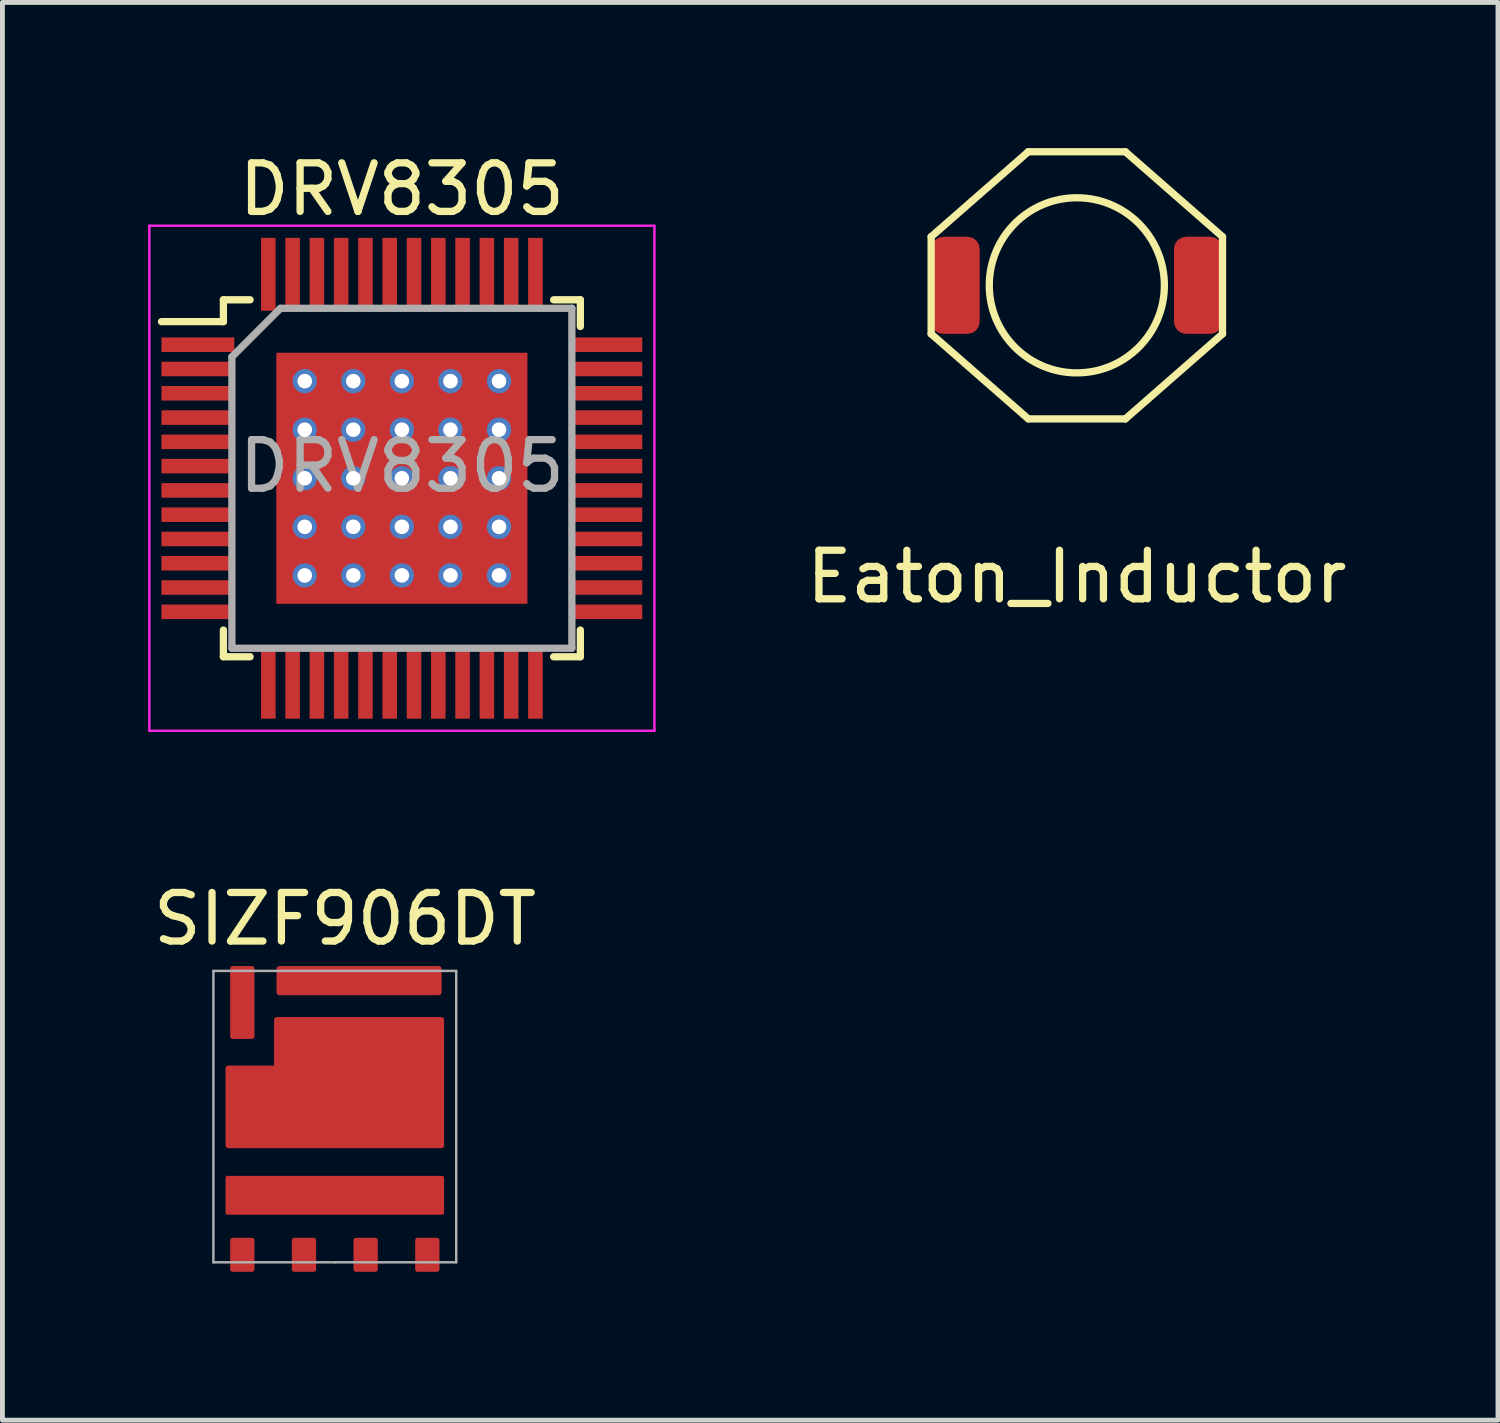
<source format=kicad_pcb>
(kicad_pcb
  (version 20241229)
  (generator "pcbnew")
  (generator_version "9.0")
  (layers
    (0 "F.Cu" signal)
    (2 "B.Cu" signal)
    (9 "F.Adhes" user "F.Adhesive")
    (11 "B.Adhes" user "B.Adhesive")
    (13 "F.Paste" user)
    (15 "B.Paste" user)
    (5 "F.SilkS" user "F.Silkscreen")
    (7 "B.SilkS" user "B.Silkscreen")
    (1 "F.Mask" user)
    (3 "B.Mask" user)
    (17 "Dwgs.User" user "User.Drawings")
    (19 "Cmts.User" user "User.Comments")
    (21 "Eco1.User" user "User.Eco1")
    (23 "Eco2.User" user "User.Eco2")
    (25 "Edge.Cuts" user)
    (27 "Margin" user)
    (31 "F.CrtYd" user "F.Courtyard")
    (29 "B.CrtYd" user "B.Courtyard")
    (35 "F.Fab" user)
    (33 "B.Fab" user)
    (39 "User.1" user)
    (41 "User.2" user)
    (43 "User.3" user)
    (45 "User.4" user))
  (footprint "Eaton_Inductor"
    (layer "F.Cu")
    (at 19.123 2.825)
    (property "Reference" "Eaton_Inductor" (at 0 6 0) (layer "F.SilkS") (effects (font (size 1 1) (thickness 0.15))))
    (attr through_hole)
    (fp_line (start -3 -1) (end -1 -2.75) (stroke (width 0.15) (type solid)) (layer "F.SilkS"))
    (fp_line (start -3 1) (end -3 -1) (stroke (width 0.15) (type solid)) (layer "F.SilkS"))
    (fp_line (start -1 -2.75) (end 1 -2.75) (stroke (width 0.15) (type solid)) (layer "F.SilkS"))
    (fp_line (start -1 2.75) (end -3 1) (stroke (width 0.15) (type solid)) (layer "F.SilkS"))
    (fp_line (start 1 -2.75) (end 3 -1) (stroke (width 0.15) (type solid)) (layer "F.SilkS"))
    (fp_line (start 1 2.75) (end -1 2.75) (stroke (width 0.15) (type solid)) (layer "F.SilkS"))
    (fp_line (start 3 1) (end 1 2.75) (stroke (width 0.15) (type solid)) (layer "F.SilkS"))
    (fp_line (start 3 1) (end 3 -1) (stroke (width 0.15) (type solid)) (layer "F.SilkS"))
    (fp_circle (center 0 0) (end 1 -1.5) (stroke (width 0.15) (type solid)) (fill no) (layer "F.SilkS"))
    (pad "1" smd roundrect (at -2.5 0) (size 1 2) (layers "F.Cu" "F.Mask" "F.Paste") (roundrect_rratio 0.25))
    (pad "2" smd roundrect (at 2.5 0) (size 1 2) (layers "F.Cu" "F.Mask" "F.Paste") (roundrect_rratio 0.25)))
  (footprint "DRV8305"
    (layer "F.Cu")
    (at 5.225 6.798)
    (property "Reference" "DRV8305" (at 0 -5.95 0) (layer "F.SilkS") (effects (font (size 1 1) (thickness 0.15))))
    (attr smd)
    (fp_line (start -3.675 -3.675) (end -3.675 -3.225) (stroke (width 0.15) (type solid)) (layer "F.SilkS"))
    (fp_line (start -3.675 -3.675) (end -3.125 -3.675) (stroke (width 0.15) (type solid)) (layer "F.SilkS"))
    (fp_line (start -3.675 -3.225) (end -4.95 -3.225) (stroke (width 0.15) (type solid)) (layer "F.SilkS"))
    (fp_line (start -3.675 3.675) (end -3.675 3.125) (stroke (width 0.15) (type solid)) (layer "F.SilkS"))
    (fp_line (start -3.675 3.675) (end -3.125 3.675) (stroke (width 0.15) (type solid)) (layer "F.SilkS"))
    (fp_line (start 3.675 -3.675) (end 3.125 -3.675) (stroke (width 0.15) (type solid)) (layer "F.SilkS"))
    (fp_line (start 3.675 -3.675) (end 3.675 -3.125) (stroke (width 0.15) (type solid)) (layer "F.SilkS"))
    (fp_line (start 3.675 3.675) (end 3.125 3.675) (stroke (width 0.15) (type solid)) (layer "F.SilkS"))
    (fp_line (start 3.675 3.675) (end 3.675 3.125) (stroke (width 0.15) (type solid)) (layer "F.SilkS"))
    (fp_line (start -5.2 -5.2) (end -5.2 5.2) (stroke (width 0.05) (type solid)) (layer "F.CrtYd"))
    (fp_line (start -5.2 -5.2) (end 5.2 -5.2) (stroke (width 0.05) (type solid)) (layer "F.CrtYd"))
    (fp_line (start -5.2 5.2) (end 5.2 5.2) (stroke (width 0.05) (type solid)) (layer "F.CrtYd"))
    (fp_line (start 5.2 -5.2) (end 5.2 5.2) (stroke (width 0.05) (type solid)) (layer "F.CrtYd"))
    (fp_line (start -3.5 -2.5) (end -2.5 -3.5) (stroke (width 0.15) (type solid)) (layer "F.Fab"))
    (fp_line (start -3.5 3.5) (end -3.5 -2.5) (stroke (width 0.15) (type solid)) (layer "F.Fab"))
    (fp_line (start -2.5 -3.5) (end 3.5 -3.5) (stroke (width 0.15) (type solid)) (layer "F.Fab"))
    (fp_line (start 3.5 -3.5) (end 3.5 3.5) (stroke (width 0.15) (type solid)) (layer "F.Fab"))
    (fp_line (start 3.5 3.5) (end -3.5 3.5) (stroke (width 0.15) (type solid)) (layer "F.Fab"))
    (fp_text user "${REFERENCE}" (at 0 -0.25 0) (layer "F.Fab") (effects (font (size 1 1) (thickness 0.15))))
    (pad "1" smd rect (at -4.2 -2.75) (size 1.5 0.3) (layers "F.Cu" "F.Mask" "F.Paste"))
    (pad "2" smd rect (at -4.2 -2.25) (size 1.5 0.3) (layers "F.Cu" "F.Mask" "F.Paste"))
    (pad "3" smd rect (at -4.2 -1.75) (size 1.5 0.3) (layers "F.Cu" "F.Mask" "F.Paste"))
    (pad "4" smd rect (at -4.2 -1.25) (size 1.5 0.3) (layers "F.Cu" "F.Mask" "F.Paste"))
    (pad "5" smd rect (at -4.2 -0.75) (size 1.5 0.3) (layers "F.Cu" "F.Mask" "F.Paste"))
    (pad "6" smd rect (at -4.2 -0.25) (size 1.5 0.3) (layers "F.Cu" "F.Mask" "F.Paste"))
    (pad "7" smd rect (at -4.2 0.25) (size 1.5 0.3) (layers "F.Cu" "F.Mask" "F.Paste"))
    (pad "8" smd rect (at -4.2 0.75) (size 1.5 0.3) (layers "F.Cu" "F.Mask" "F.Paste"))
    (pad "9" smd rect (at -4.2 1.25) (size 1.5 0.3) (layers "F.Cu" "F.Mask" "F.Paste"))
    (pad "10" smd rect (at -4.2 1.75) (size 1.5 0.3) (layers "F.Cu" "F.Mask" "F.Paste"))
    (pad "11" smd rect (at -4.2 2.25) (size 1.5 0.3) (layers "F.Cu" "F.Mask" "F.Paste"))
    (pad "12" smd rect (at -4.2 2.75) (size 1.5 0.3) (layers "F.Cu" "F.Mask" "F.Paste"))
    (pad "13" smd rect (at -2.75 4.2 90) (size 1.5 0.3) (layers "F.Cu" "F.Mask" "F.Paste"))
    (pad "14" smd rect (at -2.25 4.2 90) (size 1.5 0.3) (layers "F.Cu" "F.Mask" "F.Paste"))
    (pad "15" smd rect (at -1.75 4.2 90) (size 1.5 0.3) (layers "F.Cu" "F.Mask" "F.Paste"))
    (pad "16" smd rect (at -1.25 4.2 90) (size 1.5 0.3) (layers "F.Cu" "F.Mask" "F.Paste"))
    (pad "17" smd rect (at -0.75 4.2 90) (size 1.5 0.3) (layers "F.Cu" "F.Mask" "F.Paste"))
    (pad "18" smd rect (at -0.25 4.2 90) (size 1.5 0.3) (layers "F.Cu" "F.Mask" "F.Paste"))
    (pad "19" smd rect (at 0.25 4.2 90) (size 1.5 0.3) (layers "F.Cu" "F.Mask" "F.Paste"))
    (pad "20" smd rect (at 0.75 4.2 90) (size 1.5 0.3) (layers "F.Cu" "F.Mask" "F.Paste"))
    (pad "21" smd rect (at 1.25 4.2 90) (size 1.5 0.3) (layers "F.Cu" "F.Mask" "F.Paste"))
    (pad "22" smd rect (at 1.75 4.2 90) (size 1.5 0.3) (layers "F.Cu" "F.Mask" "F.Paste"))
    (pad "23" smd rect (at 2.25 4.2 90) (size 1.5 0.3) (layers "F.Cu" "F.Mask" "F.Paste"))
    (pad "24" smd rect (at 2.75 4.2 90) (size 1.5 0.3) (layers "F.Cu" "F.Mask" "F.Paste"))
    (pad "25" smd rect (at 4.2 2.75) (size 1.5 0.3) (layers "F.Cu" "F.Mask" "F.Paste"))
    (pad "26" smd rect (at 4.2 2.25) (size 1.5 0.3) (layers "F.Cu" "F.Mask" "F.Paste"))
    (pad "27" smd rect (at 4.2 1.75) (size 1.5 0.3) (layers "F.Cu" "F.Mask" "F.Paste"))
    (pad "28" smd rect (at 4.2 1.25) (size 1.5 0.3) (layers "F.Cu" "F.Mask" "F.Paste"))
    (pad "29" smd rect (at 4.2 0.75) (size 1.5 0.3) (layers "F.Cu" "F.Mask" "F.Paste"))
    (pad "30" smd rect (at 4.2 0.25) (size 1.5 0.3) (layers "F.Cu" "F.Mask" "F.Paste"))
    (pad "31" smd rect (at 4.2 -0.25) (size 1.5 0.3) (layers "F.Cu" "F.Mask" "F.Paste"))
    (pad "32" smd rect (at 4.2 -0.75) (size 1.5 0.3) (layers "F.Cu" "F.Mask" "F.Paste"))
    (pad "33" smd rect (at 4.2 -1.25) (size 1.5 0.3) (layers "F.Cu" "F.Mask" "F.Paste"))
    (pad "34" smd rect (at 4.2 -1.75) (size 1.5 0.3) (layers "F.Cu" "F.Mask" "F.Paste"))
    (pad "35" smd rect (at 4.2 -2.25) (size 1.5 0.3) (layers "F.Cu" "F.Mask" "F.Paste"))
    (pad "36" smd rect (at 4.2 -2.75) (size 1.5 0.3) (layers "F.Cu" "F.Mask" "F.Paste"))
    (pad "37" smd rect (at 2.75 -4.2 90) (size 1.5 0.3) (layers "F.Cu" "F.Mask" "F.Paste"))
    (pad "38" smd rect (at 2.25 -4.2 90) (size 1.5 0.3) (layers "F.Cu" "F.Mask" "F.Paste"))
    (pad "39" smd rect (at 1.75 -4.2 90) (size 1.5 0.3) (layers "F.Cu" "F.Mask" "F.Paste"))
    (pad "40" smd rect (at 1.25 -4.2 90) (size 1.5 0.3) (layers "F.Cu" "F.Mask" "F.Paste"))
    (pad "41" smd rect (at 0.75 -4.2 90) (size 1.5 0.3) (layers "F.Cu" "F.Mask" "F.Paste"))
    (pad "42" smd rect (at 0.25 -4.2 90) (size 1.5 0.3) (layers "F.Cu" "F.Mask" "F.Paste"))
    (pad "43" smd rect (at -0.25 -4.2 90) (size 1.5 0.3) (layers "F.Cu" "F.Mask" "F.Paste"))
    (pad "44" smd rect (at -0.75 -4.2 90) (size 1.5 0.3) (layers "F.Cu" "F.Mask" "F.Paste"))
    (pad "45" smd rect (at -1.25 -4.2 90) (size 1.5 0.3) (layers "F.Cu" "F.Mask" "F.Paste"))
    (pad "46" smd rect (at -1.75 -4.2 90) (size 1.5 0.3) (layers "F.Cu" "F.Mask" "F.Paste"))
    (pad "47" smd rect (at -2.25 -4.2 90) (size 1.5 0.3) (layers "F.Cu" "F.Mask" "F.Paste"))
    (pad "48" smd rect (at -2.75 -4.2 90) (size 1.5 0.3) (layers "F.Cu" "F.Mask" "F.Paste"))
    (pad "49" thru_hole circle (at -2 -2) (size 0.5 0.5) (drill 0.3) (layers "*.Cu" "*.Mask"))
    (pad "49" thru_hole circle (at -2 -1) (size 0.5 0.5) (drill 0.3) (layers "*.Cu" "*.Mask"))
    (pad "49" thru_hole circle (at -2 0) (size 0.5 0.5) (drill 0.3) (layers "*.Cu" "*.Mask"))
    (pad "49" thru_hole circle (at -2 1) (size 0.5 0.5) (drill 0.3) (layers "*.Cu" "*.Mask"))
    (pad "49" thru_hole circle (at -2 2) (size 0.5 0.5) (drill 0.3) (layers "*.Cu" "*.Mask"))
    (pad "49" thru_hole circle (at -1 -2) (size 0.5 0.5) (drill 0.3) (layers "*.Cu" "*.Mask"))
    (pad "49" thru_hole circle (at -1 -1) (size 0.5 0.5) (drill 0.3) (layers "*.Cu" "*.Mask"))
    (pad "49" thru_hole circle (at -1 0) (size 0.5 0.5) (drill 0.3) (layers "*.Cu" "*.Mask"))
    (pad "49" thru_hole circle (at -1 1) (size 0.5 0.5) (drill 0.3) (layers "*.Cu" "*.Mask"))
    (pad "49" thru_hole circle (at -1 2) (size 0.5 0.5) (drill 0.3) (layers "*.Cu" "*.Mask"))
    (pad "49" thru_hole circle (at 0 -2) (size 0.5 0.5) (drill 0.3) (layers "*.Cu" "*.Mask"))
    (pad "49" thru_hole circle (at 0 -1) (size 0.5 0.5) (drill 0.3) (layers "*.Cu" "*.Mask"))
    (pad "49" thru_hole circle (at 0 0) (size 0.5 0.5) (drill 0.3) (layers "*.Cu" "*.Mask"))
    (pad "49" smd rect (at 0 0) (size 5.17 5.17) (layers "F.Cu" "F.Mask" "F.Paste"))
    (pad "49" thru_hole circle (at 0 1) (size 0.5 0.5) (drill 0.3) (layers "*.Cu" "*.Mask"))
    (pad "49" thru_hole circle (at 0 2) (size 0.5 0.5) (drill 0.3) (layers "*.Cu" "*.Mask"))
    (pad "49" thru_hole circle (at 1 -2) (size 0.5 0.5) (drill 0.3) (layers "*.Cu" "*.Mask"))
    (pad "49" thru_hole circle (at 1 -1) (size 0.5 0.5) (drill 0.3) (layers "*.Cu" "*.Mask"))
    (pad "49" thru_hole circle (at 1 0) (size 0.5 0.5) (drill 0.3) (layers "*.Cu" "*.Mask"))
    (pad "49" thru_hole circle (at 1 1) (size 0.5 0.5) (drill 0.3) (layers "*.Cu" "*.Mask"))
    (pad "49" thru_hole circle (at 1 2) (size 0.5 0.5) (drill 0.3) (layers "*.Cu" "*.Mask"))
    (pad "49" thru_hole circle (at 2 -2) (size 0.5 0.5) (drill 0.3) (layers "*.Cu" "*.Mask"))
    (pad "49" thru_hole circle (at 2 -1) (size 0.5 0.5) (drill 0.3) (layers "*.Cu" "*.Mask"))
    (pad "49" thru_hole circle (at 2 0) (size 0.5 0.5) (drill 0.3) (layers "*.Cu" "*.Mask"))
    (pad "49" thru_hole circle (at 2 1) (size 0.5 0.5) (drill 0.3) (layers "*.Cu" "*.Mask"))
    (pad "49" thru_hole circle (at 2 2) (size 0.5 0.5) (drill 0.3) (layers "*.Cu" "*.Mask")))
  (footprint "SIZF906DT"
    (layer "F.Cu")
    (at 3.844 22.942)
    (property "Reference" "SIZF906DT" (at 0.21 -7.07 0) (layer "F.SilkS") (effects (font (size 1 1) (thickness 0.15))))
    (attr through_hole)
    (fp_line (start -2.5 -6) (end -2.5 0) (stroke (width 0.05) (type solid)) (layer "F.Fab"))
    (fp_line (start -2.5 0) (end 0 0) (stroke (width 0.05) (type solid)) (layer "F.Fab"))
    (fp_line (start 0 0) (end 2.5 0) (stroke (width 0.05) (type solid)) (layer "F.Fab"))
    (fp_line (start 2.5 -6) (end -2.5 -6) (stroke (width 0.05) (type solid)) (layer "F.Fab"))
    (fp_line (start 2.5 0) (end 2.5 -6) (stroke (width 0.05) (type solid)) (layer "F.Fab"))
    (pad "1" smd roundrect (at -1.905 -0.154) (size 0.5 0.7) (layers "F.Cu" "F.Mask" "F.Paste") (roundrect_rratio 0.1))
    (pad "2" smd roundrect (at -0.635 -0.154) (size 0.5 0.7) (layers "F.Cu" "F.Mask" "F.Paste") (roundrect_rratio 0.1))
    (pad "3" smd roundrect (at -1.905 -5.35) (size 0.5 1.5) (layers "F.Cu" "F.Mask" "F.Paste") (roundrect_rratio 0.1))
    (pad "4" smd roundrect (at 0 -1.38) (size 4.5 0.8) (layers "F.Cu" "F.Mask" "F.Paste") (roundrect_rratio 0.05))
    (pad "4" smd roundrect (at 0.635 -0.154) (size 0.5 0.7) (layers "F.Cu" "F.Mask" "F.Paste") (roundrect_rratio 0.1))
    (pad "4" smd roundrect (at 1.905 -0.154) (size 0.5 0.7) (layers "F.Cu" "F.Mask" "F.Paste") (roundrect_rratio 0.1))
    (pad "5" smd roundrect (at 0.5 -5.8) (size 3.4 0.6) (layers "F.Cu" "F.Mask" "F.Paste") (roundrect_rratio 0.1))
    (pad "6" smd custom (at 0 -2.65) (size 0.5 0.5) (layers "F.Cu" "F.Mask" "F.Paste") (options (anchor rect)) (primitives (gr_poly (pts (xy 0 0.25) (xy -2.2 0.25) (xy -2.2 -1.35) (xy -1.2 -1.35) (xy -1.2 -2.35) (xy 2.2 -2.35) (xy 2.2 0.25)) (width 0.1) (fill yes)))))
  (gr_rect
    (start -3 -3)
    (end 27.795 26.192)
    (stroke (width 0.1) (type default))
    (fill no)
    (layer "Edge.Cuts")))
</source>
